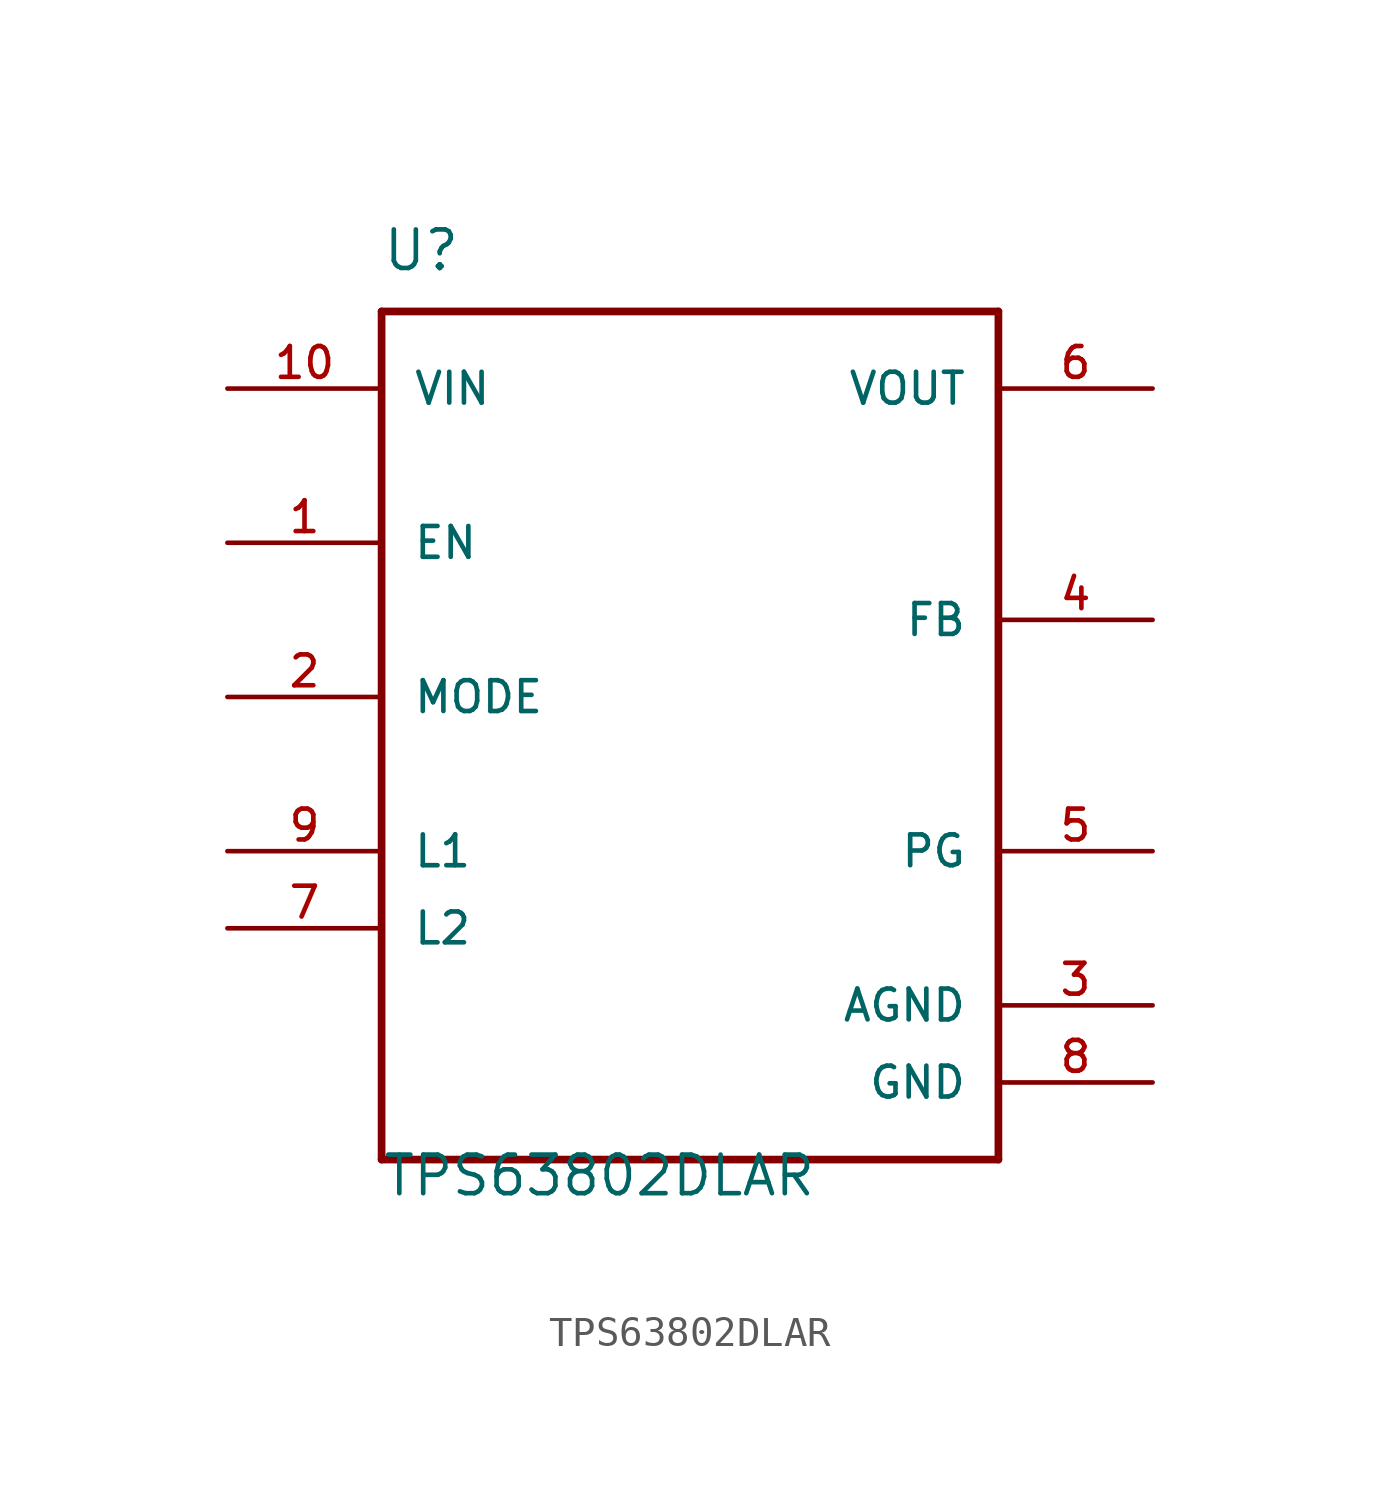
<source format=kicad_sym>
(kicad_symbol_lib
  (version 20201005)
  (generator kicad_symbol_editor)
  (symbol "TPS63802DLAR"
    (pin_names
      (offset 1.016))
    (property "Reference" "U"
      (at -10.16 13.97 0)
      (effects (font (size 1.27 1.27)) (justify left bottom)))
    (property "Value" "TPS63802DLAR"
      (at -10.16 -16.51 0)
      (effects (font (size 1.27 1.27)) (justify left bottom)))
    (property "ki_locked" ""
      (at 0 0 0)
      (effects (font (size 1.27 1.27))))
    (symbol "TPS63802DLAR_0_0"
      (polyline (pts (xy -10.16 -15.24) (xy -10.16 12.7)) (stroke (width 0.254)) (fill (type none)))
      (polyline (pts (xy -10.16 12.7) (xy 10.16 12.7)) (stroke (width 0.254)) (fill (type none)))
      (polyline (pts (xy 10.16 -15.24) (xy -10.16 -15.24)) (stroke (width 0.254)) (fill (type none)))
      (polyline (pts (xy 10.16 12.7) (xy 10.16 -15.24)) (stroke (width 0.254)) (fill (type none)))
      (pin input line (at -15.24 5.08 0) (length 5.08) (name "EN" (effects (font (size 1.016 1.016)))) (number "1" (effects (font (size 1.016 1.016)))))
      (pin input line (at -15.24 10.16 0) (length 5.08) (name "VIN" (effects (font (size 1.016 1.016)))) (number "10" (effects (font (size 1.016 1.016)))))
      (pin input line (at -15.24 0 0) (length 5.08) (name "MODE" (effects (font (size 1.016 1.016)))) (number "2" (effects (font (size 1.016 1.016)))))
      (pin power_in line (at 15.24 -10.16 180) (length 5.08) (name "AGND" (effects (font (size 1.016 1.016)))) (number "3" (effects (font (size 1.016 1.016)))))
      (pin input line (at 15.24 2.54 180) (length 5.08) (name "FB" (effects (font (size 1.016 1.016)))) (number "4" (effects (font (size 1.016 1.016)))))
      (pin output line (at 15.24 -5.08 180) (length 5.08) (name "PG" (effects (font (size 1.016 1.016)))) (number "5" (effects (font (size 1.016 1.016)))))
      (pin output line (at 15.24 10.16 180) (length 5.08) (name "VOUT" (effects (font (size 1.016 1.016)))) (number "6" (effects (font (size 1.016 1.016)))))
      (pin passive line (at -15.24 -7.62 0) (length 5.08) (name "L2" (effects (font (size 1.016 1.016)))) (number "7" (effects (font (size 1.016 1.016)))))
      (pin power_in line (at 15.24 -12.7 180) (length 5.08) (name "GND" (effects (font (size 1.016 1.016)))) (number "8" (effects (font (size 1.016 1.016)))))
      (pin passive line (at -15.24 -5.08 0) (length 5.08) (name "L1" (effects (font (size 1.016 1.016)))) (number "9" (effects (font (size 1.016 1.016))))))))
</source>
